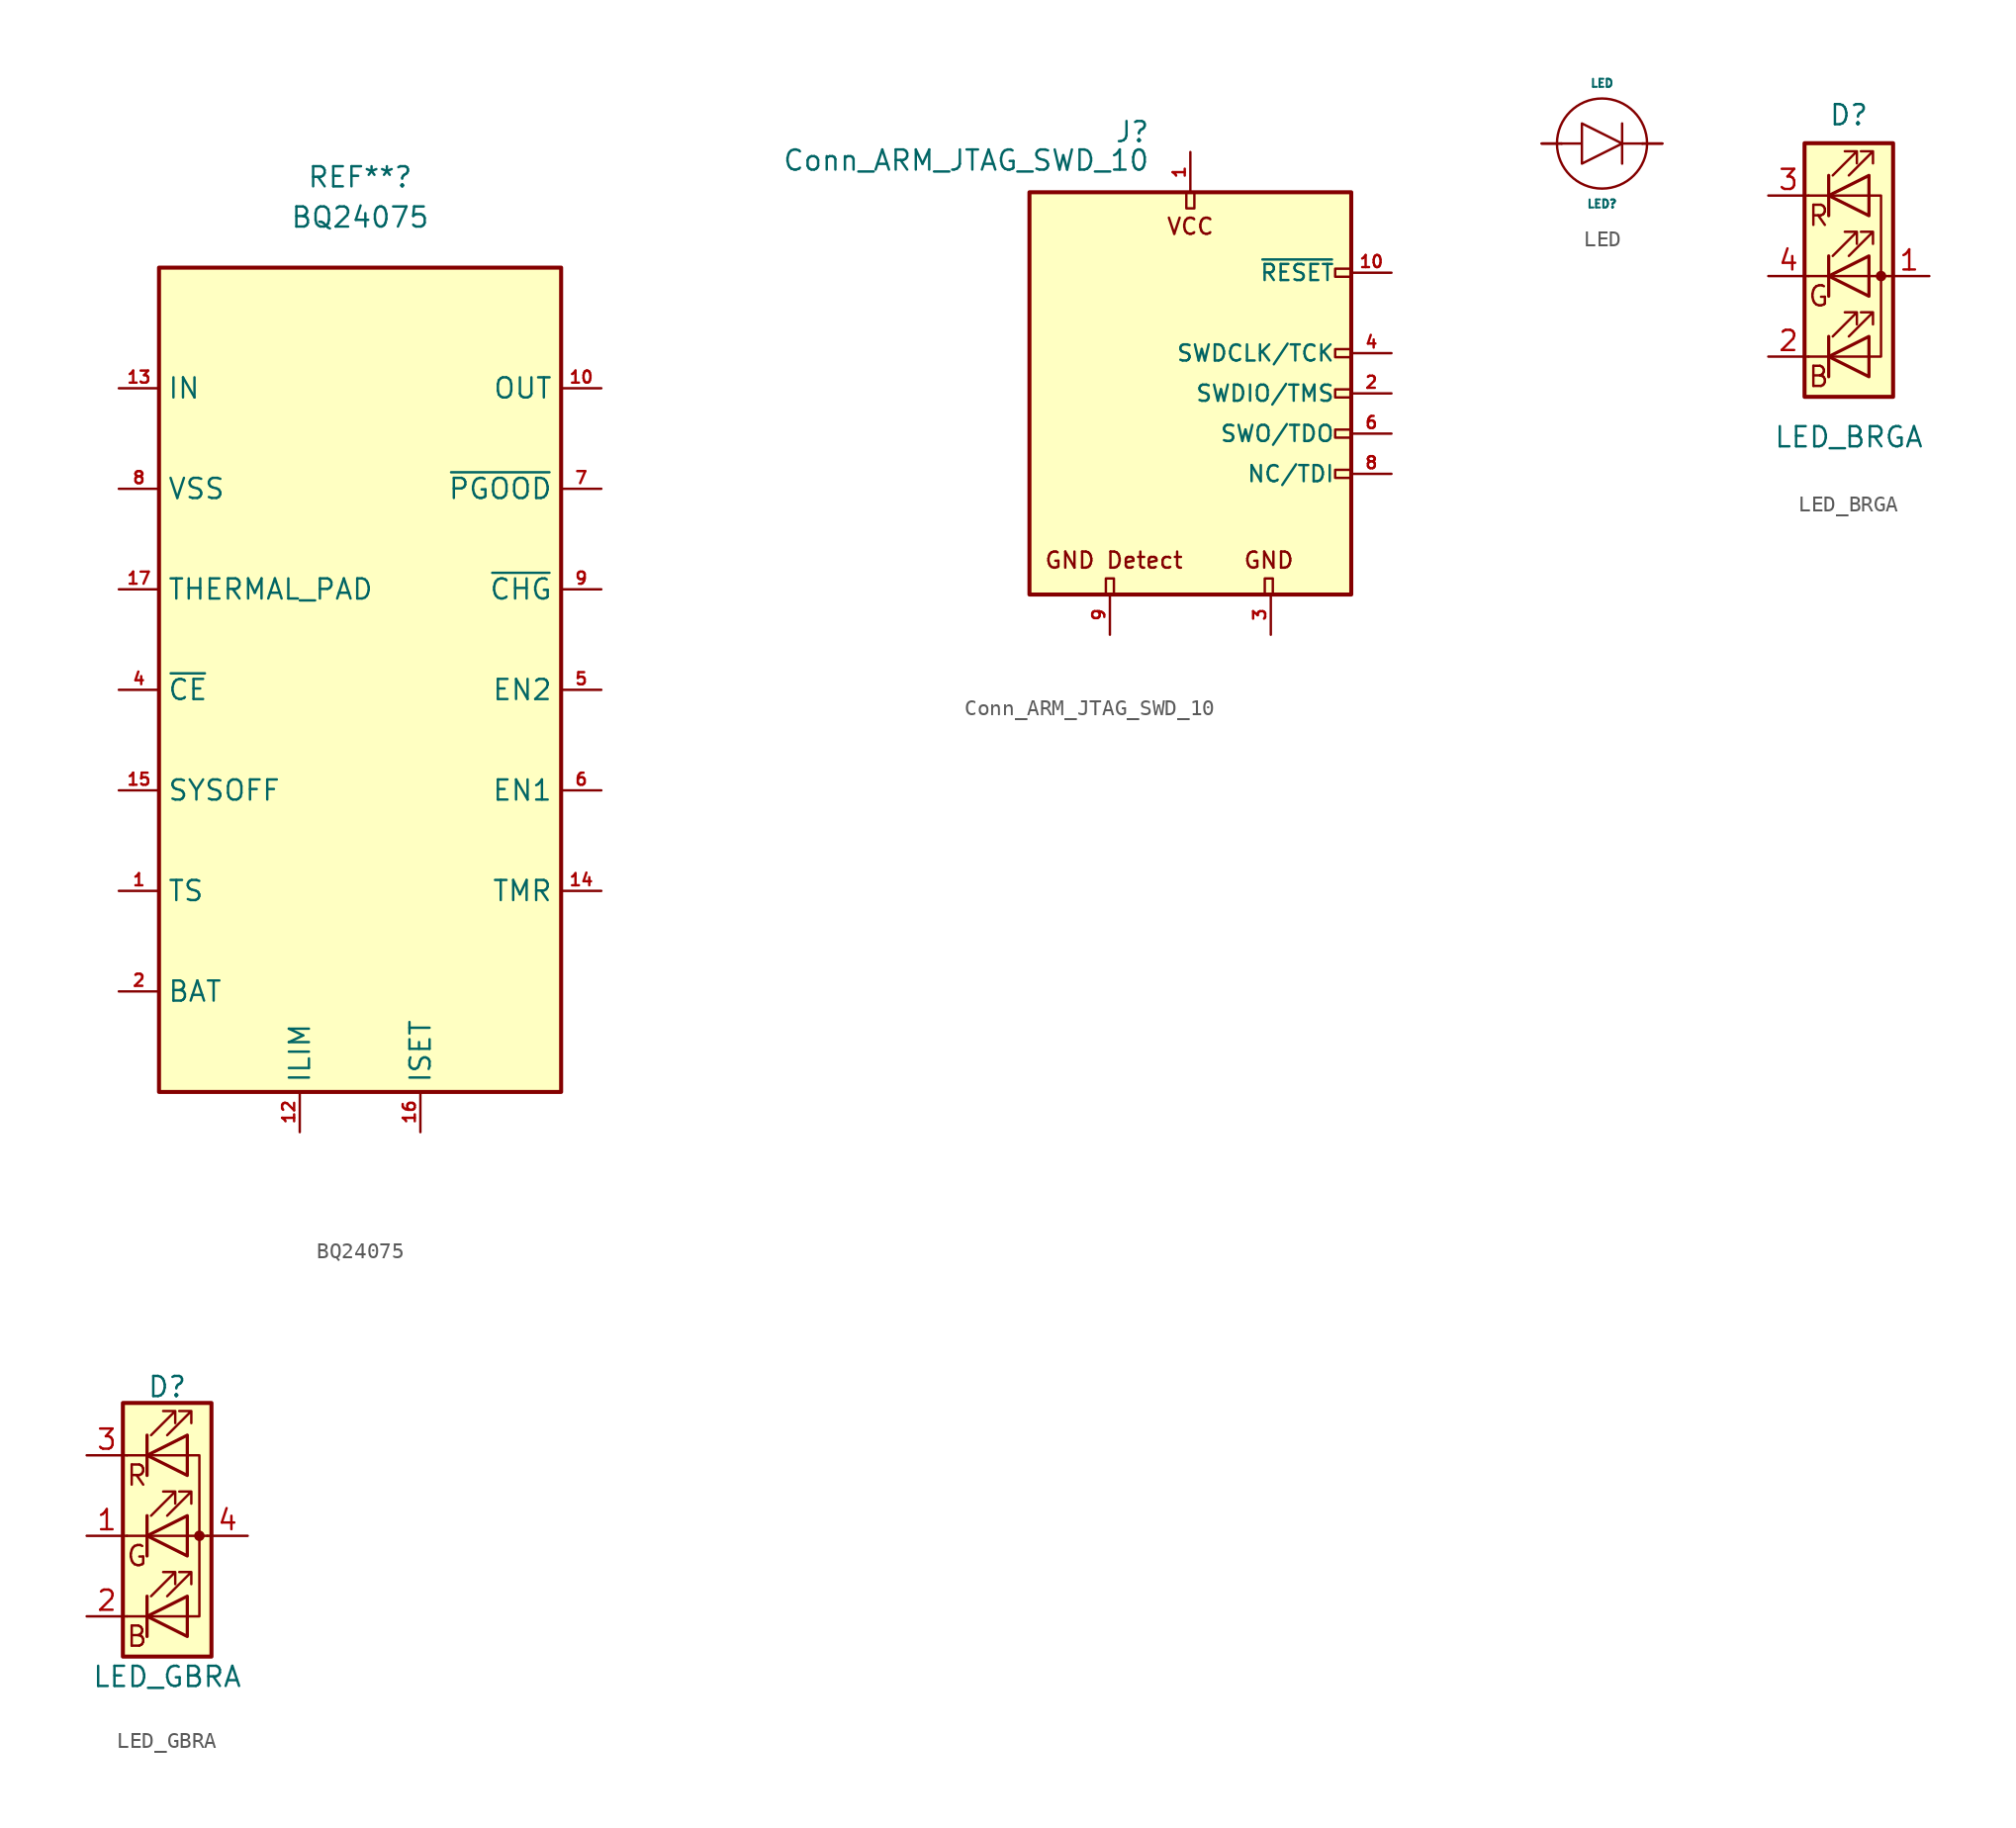
<source format=kicad_sym>
(kicad_symbol_lib
  (version 20211014)
  (generator kicad_symbol_editor)
  (symbol "BQ24075"
    (property "Reference" "REF**"
      (at 0 26.035 0)
      (effects (font (size 1.27 1.27))))
    (property "Value" "BQ24075"
      (at 0 23.495 0)
      (effects (font (size 1.27 1.27))))
    (symbol "BQ24075_0_1"
      (rectangle (start -12.7 20.32) (end 12.7 -31.75) (stroke (width 0.254) (type default) (color 0 0 0 0)) (fill (type background))))
    (symbol "BQ24075_1_1"
      (pin power_in line (at -15.24 -19.05 0) (length 2.54) (name "TS" (effects (font (size 1.27 1.27)))) (number "1" (effects (font (size 0.762 0.762)))))
      (pin power_in line (at 15.24 12.7 180) (length 2.54) (name "OUT" (effects (font (size 1.27 1.27)))) (number "10" (effects (font (size 0.762 0.762)))))
      (pin power_in line (at 15.24 12.7 180) (length 2.54) hide (name "OUT" (effects (font (size 1.27 1.27)))) (number "11" (effects (font (size 0.762 0.762)))))
      (pin power_in line (at -3.81 -34.29 90) (length 2.54) (name "ILIM" (effects (font (size 1.27 1.27)))) (number "12" (effects (font (size 0.762 0.762)))))
      (pin power_in line (at -15.24 12.7 0) (length 2.54) (name "IN" (effects (font (size 1.27 1.27)))) (number "13" (effects (font (size 0.762 0.762)))))
      (pin power_in line (at 15.24 -19.05 180) (length 2.54) (name "TMR" (effects (font (size 1.27 1.27)))) (number "14" (effects (font (size 0.762 0.762)))))
      (pin power_in line (at -15.24 -12.7 0) (length 2.54) (name "SYSOFF" (effects (font (size 1.27 1.27)))) (number "15" (effects (font (size 0.762 0.762)))))
      (pin power_in line (at 3.81 -34.29 90) (length 2.54) (name "ISET" (effects (font (size 1.27 1.27)))) (number "16" (effects (font (size 0.762 0.762)))))
      (pin power_in line (at -15.24 0 0) (length 2.54) (name "THERMAL_PAD" (effects (font (size 1.27 1.27)))) (number "17" (effects (font (size 0.762 0.762)))))
      (pin power_in line (at -15.24 -25.4 0) (length 2.54) (name "BAT" (effects (font (size 1.27 1.27)))) (number "2" (effects (font (size 0.762 0.762)))))
      (pin power_in line (at -15.24 -25.4 0) (length 2.54) hide (name "BAT" (effects (font (size 1.27 1.27)))) (number "3" (effects (font (size 0.762 0.762)))))
      (pin power_in line (at -15.24 -6.35 0) (length 2.54) (name "~{CE}" (effects (font (size 1.27 1.27)))) (number "4" (effects (font (size 0.762 0.762)))))
      (pin power_in line (at 15.24 -6.35 180) (length 2.54) (name "EN2" (effects (font (size 1.27 1.27)))) (number "5" (effects (font (size 0.762 0.762)))))
      (pin power_in line (at 15.24 -12.7 180) (length 2.54) (name "EN1" (effects (font (size 1.27 1.27)))) (number "6" (effects (font (size 0.762 0.762)))))
      (pin power_in line (at 15.24 6.35 180) (length 2.54) (name "~{PGOOD}" (effects (font (size 1.27 1.27)))) (number "7" (effects (font (size 0.762 0.762)))))
      (pin power_in line (at -15.24 6.35 0) (length 2.54) (name "VSS" (effects (font (size 1.27 1.27)))) (number "8" (effects (font (size 0.762 0.762)))))
      (pin power_in line (at 15.24 0 180) (length 2.54) (name "~{CHG}" (effects (font (size 1.27 1.27)))) (number "9" (effects (font (size 0.762 0.762)))))))
  (symbol "Conn_ARM_JTAG_SWD_10"
    (pin_names
      (offset 1.016))
    (property "Reference" "J"
      (at -2.54 16.51 0)
      (effects (font (size 1.27 1.27)) (justify right)))
    (property "Value" "Conn_ARM_JTAG_SWD_10"
      (at -2.54 13.97 0)
      (effects (font (size 1.27 1.27)) (justify right bottom)))
    (symbol "Conn_ARM_JTAG_SWD_10_0_0"
      (text "VCC" (at 0 10.541 0) (effects (font (size 1.016 1.016)))))
    (symbol "Conn_ARM_JTAG_SWD_10_0_1"
      (rectangle (start -10.16 12.7) (end 10.16 -12.7) (stroke (width 0.254) (type default) (color 0 0 0 0)) (fill (type background)))
      (rectangle (start -5.334 -12.7) (end -4.826 -11.684) (stroke (width 0) (type default) (color 0 0 0 0)) (fill (type none)))
      (rectangle (start -0.254 12.7) (end 0.254 11.684) (stroke (width 0) (type default) (color 0 0 0 0)) (fill (type none)))
      (rectangle (start 4.699 -12.7) (end 5.207 -11.684) (stroke (width 0) (type default) (color 0 0 0 0)) (fill (type none)))
      (rectangle (start 9.144 2.286) (end 10.16 2.794) (stroke (width 0) (type default) (color 0 0 0 0)) (fill (type none)))
      (rectangle (start 10.16 -2.794) (end 9.144 -2.286) (stroke (width 0) (type default) (color 0 0 0 0)) (fill (type none)))
      (rectangle (start 10.16 -0.254) (end 9.144 0.254) (stroke (width 0) (type default) (color 0 0 0 0)) (fill (type none)))
      (rectangle (start 10.16 7.874) (end 9.144 7.366) (stroke (width 0) (type default) (color 0 0 0 0)) (fill (type none))))
    (symbol "Conn_ARM_JTAG_SWD_10_1_1"
      (rectangle (start 9.144 -5.334) (end 10.16 -4.826) (stroke (width 0) (type default) (color 0 0 0 0)) (fill (type none)))
      (text "GND" (at 4.953 -10.541 0) (effects (font (size 1.016 1.016))))
      (text "GND Detect" (at -4.826 -10.541 0) (effects (font (size 1.016 1.016))))
      (pin power_in line (at 0 15.24 270) (length 2.54) (name "VCC" (effects (font (size 0 0)))) (number "1" (effects (font (size 0.762 0.762)))))
      (pin open_collector line (at 12.7 7.62 180) (length 2.54) (name "~{RESET}" (effects (font (size 1.016 1.016)))) (number "10" (effects (font (size 0.762 0.762)))))
      (pin bidirectional line (at 12.7 0 180) (length 2.54) (name "SWDIO/TMS" (effects (font (size 1.016 1.016)))) (number "2" (effects (font (size 0.762 0.762)))))
      (pin power_in line (at 5.08 -15.24 90) (length 2.54) (name "GND" (effects (font (size 0 0)))) (number "3" (effects (font (size 0.762 0.762)))))
      (pin output line (at 12.7 2.54 180) (length 2.54) (name "SWDCLK/TCK" (effects (font (size 1.016 1.016)))) (number "4" (effects (font (size 0.762 0.762)))))
      (pin passive line (at 5.08 -15.24 90) (length 2.54) hide (name "GND" (effects (font (size 1.27 1.27)))) (number "5" (effects (font (size 1.27 1.27)))))
      (pin input line (at 12.7 -2.54 180) (length 2.54) (name "SWO/TDO" (effects (font (size 1.016 1.016)))) (number "6" (effects (font (size 0.762 0.762)))))
      (pin no_connect line (at -10.16 0 0) (length 2.54) hide (name "KEY" (effects (font (size 1.27 1.27)))) (number "7" (effects (font (size 1.27 1.27)))))
      (pin output line (at 12.7 -5.08 180) (length 2.54) (name "NC/TDI" (effects (font (size 1.016 1.016)))) (number "8" (effects (font (size 0.762 0.762)))))
      (pin passive line (at -5.08 -15.24 90) (length 2.54) (name "GNDDetect" (effects (font (size 0 0)))) (number "9" (effects (font (size 0.762 0.762)))))))
  (symbol "LED"
    (pin_names
      (offset 1.016))
    (property "Reference" "LED"
      (at 0 -3.81 0)
      (effects (font (size 0.508 0.508))))
    (property "Value" "LED"
      (at 0 3.81 0)
      (effects (font (size 0.508 0.508))))
    (symbol "LED_0_1"
      (polyline (pts (xy -2.54 0) (xy -3.81 0)) (stroke (width 0) (type default) (color 0 0 0 0)) (fill (type none)))
      (polyline (pts (xy 1.27 0) (xy 2.54 0)) (stroke (width 0) (type default) (color 0 0 0 0)) (fill (type none)))
      (polyline (pts (xy 1.27 1.27) (xy 1.27 -1.27)) (stroke (width 0) (type default) (color 0 0 0 0)) (fill (type none)))
      (polyline (pts (xy 2.54 0) (xy 3.81 0)) (stroke (width 0) (type default) (color 0 0 0 0)) (fill (type none)))
      (polyline (pts (xy -2.54 0) (xy -1.27 0) (xy -1.27 1.27) (xy -1.27 -1.27) (xy 1.27 0) (xy -1.27 1.27) (xy -1.27 0)) (stroke (width 0) (type default) (color 0 0 0 0)) (fill (type none)))
      (circle (center 0 0) (radius 2.845) (stroke (width 0) (type default) (color 0 0 0 0)) (fill (type none))))
    (symbol "LED_1_1"
      (pin input line (at -3.81 0 0) (length 1.27) (name "A" (effects (font (size 0 0)))) (number "A" (effects (font (size 0 0)))))
      (pin output line (at 3.81 0 180) (length 1.27) (name "K" (effects (font (size 0 0)))) (number "K" (effects (font (size 0 0)))))))
  (symbol "LED_BRGA"
    (pin_names
      (offset 0) hide)
    (property "Reference" "D"
      (at 0 10.16 0)
      (effects (font (size 1.27 1.27))))
    (property "Value" "LED_BRGA"
      (at 0 -10.16 0)
      (effects (font (size 1.27 1.27))))
    (symbol "LED_BRGA_1_0"
      (text "B" (at -1.905 -6.35 0) (effects (font (size 1.27 1.27))))
      (text "G" (at -1.905 -1.27 0) (effects (font (size 1.27 1.27))))
      (text "R" (at -1.905 3.81 0) (effects (font (size 1.27 1.27)))))
    (symbol "LED_BRGA_1_1"
      (polyline (pts (xy -2.54 -5.08) (xy 1.27 -5.08)) (stroke (width 0) (type default) (color 0 0 0 0)) (fill (type none)))
      (polyline (pts (xy -1.27 -3.81) (xy -1.27 -6.35)) (stroke (width 0.203) (type default) (color 0 0 0 0)) (fill (type none)))
      (polyline (pts (xy -1.27 1.27) (xy -1.27 -1.27)) (stroke (width 0.203) (type default) (color 0 0 0 0)) (fill (type none)))
      (polyline (pts (xy -1.27 6.35) (xy -1.27 3.81)) (stroke (width 0.203) (type default) (color 0 0 0 0)) (fill (type none)))
      (polyline (pts (xy 1.27 5.08) (xy -2.54 5.08)) (stroke (width 0) (type default) (color 0 0 0 0)) (fill (type none)))
      (polyline (pts (xy 2.54 0) (xy -2.54 0)) (stroke (width 0) (type default) (color 0 0 0 0)) (fill (type none)))
      (polyline (pts (xy 1.27 -5.08) (xy 2.032 -5.08) (xy 2.032 5.08) (xy 1.27 5.08)) (stroke (width 0) (type default) (color 0 0 0 0)) (fill (type none)))
      (polyline (pts (xy 1.27 -3.81) (xy 1.27 -6.35) (xy -1.27 -5.08) (xy 1.27 -3.81)) (stroke (width 0.203) (type default) (color 0 0 0 0)) (fill (type none)))
      (polyline (pts (xy 1.27 1.27) (xy 1.27 -1.27) (xy -1.27 0) (xy 1.27 1.27)) (stroke (width 0.203) (type default) (color 0 0 0 0)) (fill (type none)))
      (polyline (pts (xy 1.27 6.35) (xy 1.27 3.81) (xy -1.27 5.08) (xy 1.27 6.35)) (stroke (width 0.203) (type default) (color 0 0 0 0)) (fill (type none)))
      (polyline (pts (xy -1.016 -3.81) (xy 0.508 -2.286) (xy -0.254 -2.286) (xy 0.508 -2.286) (xy 0.508 -3.048)) (stroke (width 0) (type default) (color 0 0 0 0)) (fill (type none)))
      (polyline (pts (xy -1.016 1.27) (xy 0.508 2.794) (xy -0.254 2.794) (xy 0.508 2.794) (xy 0.508 2.032)) (stroke (width 0) (type default) (color 0 0 0 0)) (fill (type none)))
      (polyline (pts (xy -1.016 6.35) (xy 0.508 7.874) (xy -0.254 7.874) (xy 0.508 7.874) (xy 0.508 7.112)) (stroke (width 0) (type default) (color 0 0 0 0)) (fill (type none)))
      (polyline (pts (xy 0 -3.81) (xy 1.524 -2.286) (xy 0.762 -2.286) (xy 1.524 -2.286) (xy 1.524 -3.048)) (stroke (width 0) (type default) (color 0 0 0 0)) (fill (type none)))
      (polyline (pts (xy 0 1.27) (xy 1.524 2.794) (xy 0.762 2.794) (xy 1.524 2.794) (xy 1.524 2.032)) (stroke (width 0) (type default) (color 0 0 0 0)) (fill (type none)))
      (polyline (pts (xy 0 6.35) (xy 1.524 7.874) (xy 0.762 7.874) (xy 1.524 7.874) (xy 1.524 7.112)) (stroke (width 0) (type default) (color 0 0 0 0)) (fill (type none)))
      (rectangle (start 1.27 6.35) (end 1.27 6.35) (stroke (width 0) (type default) (color 0 0 0 0)) (fill (type none)))
      (circle (center 2.032 0) (radius 0.254) (stroke (width 0) (type default) (color 0 0 0 0)) (fill (type outline)))
      (rectangle (start 2.794 8.382) (end -2.794 -7.62) (stroke (width 0.254) (type default) (color 0 0 0 0)) (fill (type background)))
      (pin passive line (at 5.08 0 180) (length 2.54) (name "4" (effects (font (size 1.27 1.27)))) (number "1" (effects (font (size 1.27 1.27)))))
      (pin passive line (at -5.08 -5.08 0) (length 2.54) (name "1" (effects (font (size 1.27 1.27)))) (number "2" (effects (font (size 1.27 1.27)))))
      (pin passive line (at -5.08 5.08 0) (length 2.54) (name "2" (effects (font (size 1.27 1.27)))) (number "3" (effects (font (size 1.27 1.27)))))
      (pin passive line (at -5.08 0 0) (length 2.54) (name "3" (effects (font (size 1.27 1.27)))) (number "4" (effects (font (size 1.27 1.27)))))))
  (symbol "LED_GBRA"
    (pin_names
      (offset 0) hide)
    (property "Reference" "D"
      (at 0 9.398 0)
      (effects (font (size 1.27 1.27))))
    (property "Value" "LED_GBRA"
      (at 0 -8.89 0)
      (effects (font (size 1.27 1.27))))
    (symbol "LED_GBRA_0_0"
      (text "B" (at -1.905 -6.35 0) (effects (font (size 1.27 1.27))))
      (text "G" (at -1.905 -1.27 0) (effects (font (size 1.27 1.27))))
      (text "R" (at -1.905 3.81 0) (effects (font (size 1.27 1.27)))))
    (symbol "LED_GBRA_0_1"
      (polyline (pts (xy -2.54 -5.08) (xy 1.27 -5.08)) (stroke (width 0) (type default) (color 0 0 0 0)) (fill (type none)))
      (polyline (pts (xy -1.27 -3.81) (xy -1.27 -6.35)) (stroke (width 0.203) (type default) (color 0 0 0 0)) (fill (type none)))
      (polyline (pts (xy -1.27 1.27) (xy -1.27 -1.27)) (stroke (width 0.203) (type default) (color 0 0 0 0)) (fill (type none)))
      (polyline (pts (xy -1.27 6.35) (xy -1.27 3.81)) (stroke (width 0.203) (type default) (color 0 0 0 0)) (fill (type none)))
      (polyline (pts (xy 1.27 5.08) (xy -2.54 5.08)) (stroke (width 0) (type default) (color 0 0 0 0)) (fill (type none)))
      (polyline (pts (xy 2.54 0) (xy -2.54 0)) (stroke (width 0) (type default) (color 0 0 0 0)) (fill (type none)))
      (polyline (pts (xy 1.27 -5.08) (xy 2.032 -5.08) (xy 2.032 5.08) (xy 1.27 5.08)) (stroke (width 0) (type default) (color 0 0 0 0)) (fill (type none)))
      (polyline (pts (xy 1.27 -3.81) (xy 1.27 -6.35) (xy -1.27 -5.08) (xy 1.27 -3.81)) (stroke (width 0.203) (type default) (color 0 0 0 0)) (fill (type none)))
      (polyline (pts (xy 1.27 1.27) (xy 1.27 -1.27) (xy -1.27 0) (xy 1.27 1.27)) (stroke (width 0.203) (type default) (color 0 0 0 0)) (fill (type none)))
      (polyline (pts (xy 1.27 6.35) (xy 1.27 3.81) (xy -1.27 5.08) (xy 1.27 6.35)) (stroke (width 0.203) (type default) (color 0 0 0 0)) (fill (type none)))
      (polyline (pts (xy -1.016 -3.81) (xy 0.508 -2.286) (xy -0.254 -2.286) (xy 0.508 -2.286) (xy 0.508 -3.048)) (stroke (width 0) (type default) (color 0 0 0 0)) (fill (type none)))
      (polyline (pts (xy -1.016 1.27) (xy 0.508 2.794) (xy -0.254 2.794) (xy 0.508 2.794) (xy 0.508 2.032)) (stroke (width 0) (type default) (color 0 0 0 0)) (fill (type none)))
      (polyline (pts (xy -1.016 6.35) (xy 0.508 7.874) (xy -0.254 7.874) (xy 0.508 7.874) (xy 0.508 7.112)) (stroke (width 0) (type default) (color 0 0 0 0)) (fill (type none)))
      (polyline (pts (xy 0 -3.81) (xy 1.524 -2.286) (xy 0.762 -2.286) (xy 1.524 -2.286) (xy 1.524 -3.048)) (stroke (width 0) (type default) (color 0 0 0 0)) (fill (type none)))
      (polyline (pts (xy 0 1.27) (xy 1.524 2.794) (xy 0.762 2.794) (xy 1.524 2.794) (xy 1.524 2.032)) (stroke (width 0) (type default) (color 0 0 0 0)) (fill (type none)))
      (polyline (pts (xy 0 6.35) (xy 1.524 7.874) (xy 0.762 7.874) (xy 1.524 7.874) (xy 1.524 7.112)) (stroke (width 0) (type default) (color 0 0 0 0)) (fill (type none)))
      (rectangle (start 1.27 6.35) (end 1.27 6.35) (stroke (width 0) (type default) (color 0 0 0 0)) (fill (type none)))
      (circle (center 2.032 0) (radius 0.254) (stroke (width 0) (type default) (color 0 0 0 0)) (fill (type outline)))
      (rectangle (start 2.794 8.382) (end -2.794 -7.62) (stroke (width 0.254) (type default) (color 0 0 0 0)) (fill (type background))))
    (symbol "LED_GBRA_1_1"
      (pin passive line (at -5.08 0 0) (length 2.54) (name "GK" (effects (font (size 1.27 1.27)))) (number "1" (effects (font (size 1.27 1.27)))))
      (pin passive line (at -5.08 -5.08 0) (length 2.54) (name "BK" (effects (font (size 1.27 1.27)))) (number "2" (effects (font (size 1.27 1.27)))))
      (pin passive line (at -5.08 5.08 0) (length 2.54) (name "RK" (effects (font (size 1.27 1.27)))) (number "3" (effects (font (size 1.27 1.27)))))
      (pin passive line (at 5.08 0 180) (length 2.54) (name "A" (effects (font (size 1.27 1.27)))) (number "4" (effects (font (size 1.27 1.27))))))))
</source>
